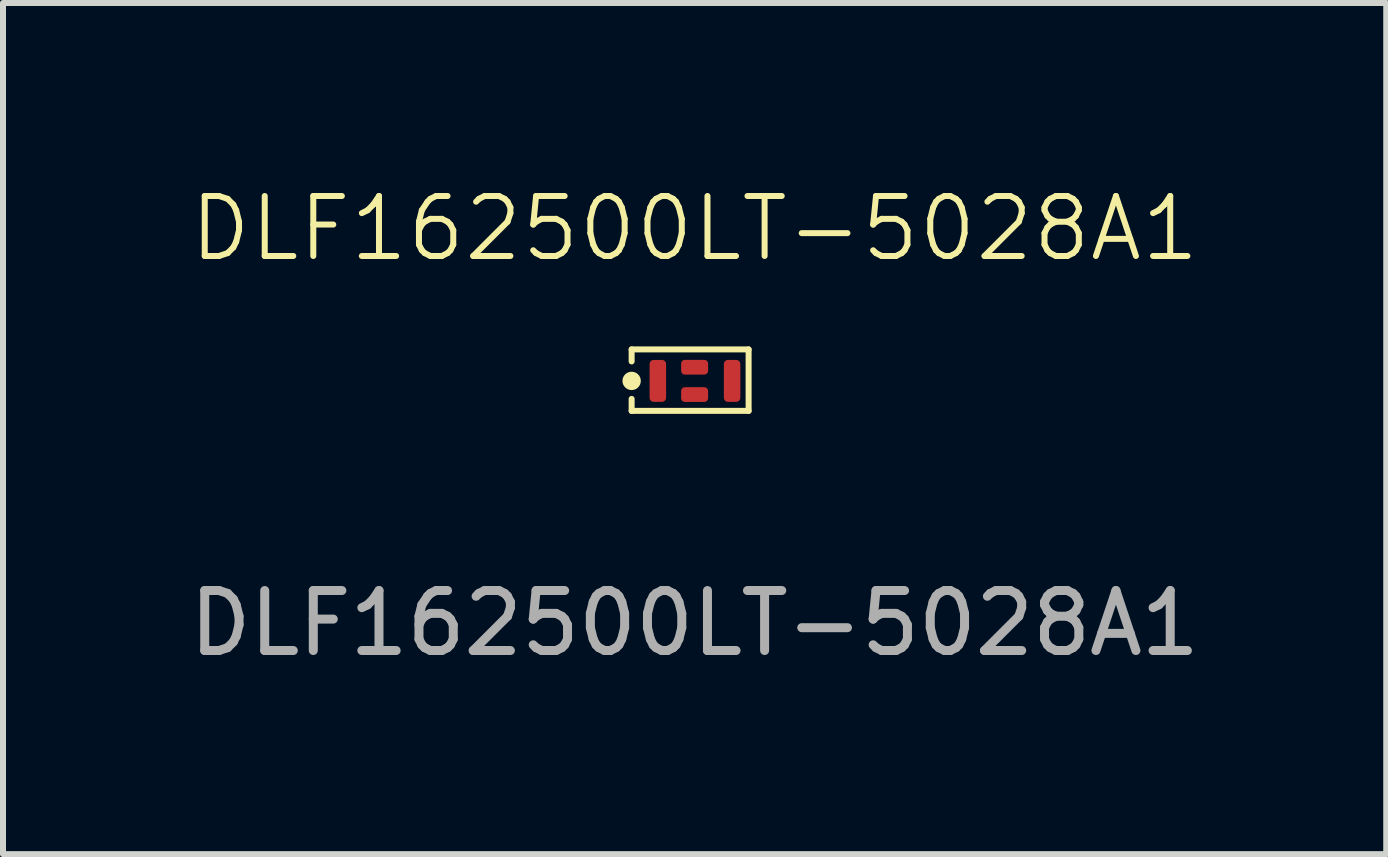
<source format=kicad_pcb>
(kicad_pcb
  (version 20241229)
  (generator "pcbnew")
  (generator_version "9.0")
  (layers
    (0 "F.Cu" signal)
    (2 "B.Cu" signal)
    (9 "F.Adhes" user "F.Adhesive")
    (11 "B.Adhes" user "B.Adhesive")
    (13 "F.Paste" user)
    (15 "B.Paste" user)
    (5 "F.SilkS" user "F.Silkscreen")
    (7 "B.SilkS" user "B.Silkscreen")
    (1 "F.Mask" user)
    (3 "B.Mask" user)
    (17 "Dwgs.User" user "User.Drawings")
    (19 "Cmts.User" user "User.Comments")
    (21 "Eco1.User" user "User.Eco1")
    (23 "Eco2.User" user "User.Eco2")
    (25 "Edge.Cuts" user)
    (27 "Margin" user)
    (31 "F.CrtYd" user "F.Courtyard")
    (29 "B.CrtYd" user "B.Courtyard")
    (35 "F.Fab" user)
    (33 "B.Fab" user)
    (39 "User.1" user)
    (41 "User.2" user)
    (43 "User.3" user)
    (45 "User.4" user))
  (footprint "DLF162500LT-5028A1"
    (layer "F.Cu")
    (at 8.53 3.3)
    (property "Reference" "DLF162500LT-5028A1" (at 0 -2.54 0) (unlocked yes) (layer "F.SilkS") (effects (font (size 1 1) (thickness 0.1))))
    (attr smd)
    (fp_line (start -1.05 -0.525) (end 0.9 -0.525) (stroke (width 0.1) (type default)) (layer "F.SilkS"))
    (fp_line (start -1.05 -0.325) (end -1.05 -0.525) (stroke (width 0.1) (type default)) (layer "F.SilkS"))
    (fp_line (start -1.05 0.5) (end -1.05 0.3) (stroke (width 0.1) (type default)) (layer "F.SilkS"))
    (fp_line (start 0.9 -0.525) (end 0.9 0.5) (stroke (width 0.1) (type default)) (layer "F.SilkS"))
    (fp_line (start 0.9 0.5) (end -1.05 0.5) (stroke (width 0.1) (type default)) (layer "F.SilkS"))
    (fp_circle (center -1.05 0) (end -0.947 0) (stroke (width 0.1) (type solid)) (fill yes) (layer "F.SilkS"))
    (fp_text user "${REFERENCE}" (at 0 4.04 0) (unlocked yes) (layer "F.Fab") (effects (font (size 1 1) (thickness 0.15))))
    (pad "1" smd roundrect (at -0.613 0) (size 0.275 0.7) (layers "F.Cu" "F.Mask" "F.Paste") (roundrect_rratio 0.25))
    (pad "2" smd roundrect (at 0 -0.228 180) (size 0.45 0.245) (layers "F.Cu" "F.Mask" "F.Paste") (roundrect_rratio 0.25))
    (pad "3" smd roundrect (at 0.625 0) (size 0.275 0.7) (layers "F.Cu" "F.Mask" "F.Paste") (roundrect_rratio 0.25))
    (pad "4" smd roundrect (at 0 0.228 180) (size 0.45 0.245) (layers "F.Cu" "F.Mask" "F.Paste") (roundrect_rratio 0.25)))
  (gr_rect
    (start -3 -3)
    (end 20.06 11.189)
    (stroke (width 0.1) (type default))
    (fill no)
    (layer "Edge.Cuts")))
</source>
